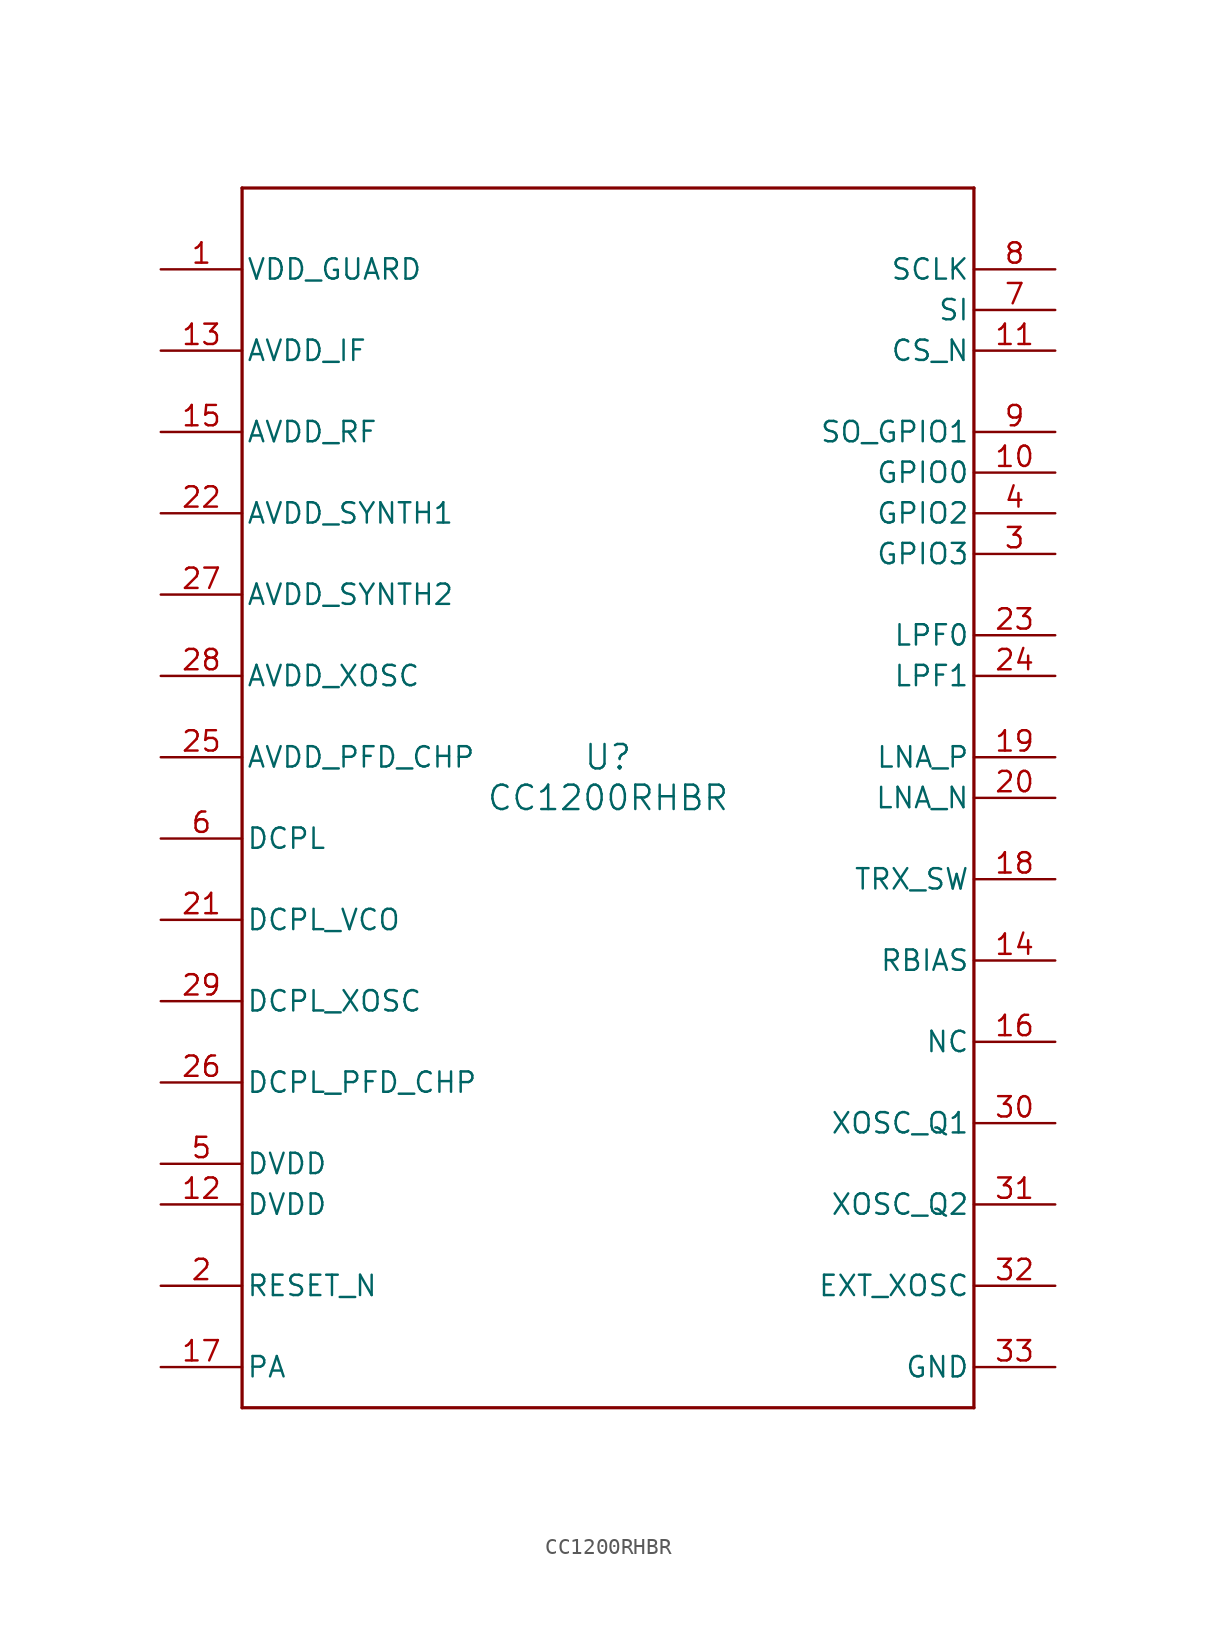
<source format=kicad_sym>
(kicad_symbol_lib
  (version 20211014)
  (generator kicad_symbol_editor)
  (symbol "CC1200RHBR"
    (pin_names
      (offset 0.254))
    (property "Reference" "U"
      (at 0 2.54 0)
      (effects (font (size 1.524 1.524))))
    (property "Value" "CC1200RHBR"
      (at 0 0 0)
      (effects (font (size 1.524 1.524))))
    (symbol "CC1200RHBR_0_1"
      (polyline (pts (xy -22.86 -38.1) (xy 22.86 -38.1)) (stroke (width 0.203) (type default) (color 0 0 0 0)) (fill (type none)))
      (polyline (pts (xy 22.86 -38.1) (xy 22.86 38.1)) (stroke (width 0.203) (type default) (color 0 0 0 0)) (fill (type none)))
      (polyline (pts (xy 22.86 38.1) (xy -22.86 38.1)) (stroke (width 0.203) (type default) (color 0 0 0 0)) (fill (type none)))
      (polyline (pts (xy -22.86 38.1) (xy -22.86 -38.1)) (stroke (width 0.203) (type default) (color 0 0 0 0)) (fill (type none)))
      (pin power_in line (at -27.94 33.02 0) (length 5.08) (name "VDD_GUARD" (effects (font (size 1.27 1.27)))) (number "1" (effects (font (size 1.27 1.27)))))
      (pin input line (at -27.94 -30.48 0) (length 5.08) (name "RESET_N" (effects (font (size 1.27 1.27)))) (number "2" (effects (font (size 1.27 1.27)))))
      (pin bidirectional line (at 27.94 15.24 180) (length 5.08) (name "GPIO3" (effects (font (size 1.27 1.27)))) (number "3" (effects (font (size 1.27 1.27)))))
      (pin bidirectional line (at 27.94 17.78 180) (length 5.08) (name "GPIO2" (effects (font (size 1.27 1.27)))) (number "4" (effects (font (size 1.27 1.27)))))
      (pin power_in line (at -27.94 -22.86 0) (length 5.08) (name "DVDD" (effects (font (size 1.27 1.27)))) (number "5" (effects (font (size 1.27 1.27)))))
      (pin power_in line (at -27.94 -2.54 0) (length 5.08) (name "DCPL" (effects (font (size 1.27 1.27)))) (number "6" (effects (font (size 1.27 1.27)))))
      (pin input line (at 27.94 30.48 180) (length 5.08) (name "SI" (effects (font (size 1.27 1.27)))) (number "7" (effects (font (size 1.27 1.27)))))
      (pin input line (at 27.94 33.02 180) (length 5.08) (name "SCLK" (effects (font (size 1.27 1.27)))) (number "8" (effects (font (size 1.27 1.27)))))
      (pin bidirectional line (at 27.94 22.86 180) (length 5.08) (name "SO_GPIO1" (effects (font (size 1.27 1.27)))) (number "9" (effects (font (size 1.27 1.27)))))
      (pin bidirectional line (at 27.94 20.32 180) (length 5.08) (name "GPIO0" (effects (font (size 1.27 1.27)))) (number "10" (effects (font (size 1.27 1.27)))))
      (pin input line (at 27.94 27.94 180) (length 5.08) (name "CS_N" (effects (font (size 1.27 1.27)))) (number "11" (effects (font (size 1.27 1.27)))))
      (pin power_in line (at -27.94 -25.4 0) (length 5.08) (name "DVDD" (effects (font (size 1.27 1.27)))) (number "12" (effects (font (size 1.27 1.27)))))
      (pin power_in line (at -27.94 27.94 0) (length 5.08) (name "AVDD_IF" (effects (font (size 1.27 1.27)))) (number "13" (effects (font (size 1.27 1.27)))))
      (pin unspecified line (at 27.94 -10.16 180) (length 5.08) (name "RBIAS" (effects (font (size 1.27 1.27)))) (number "14" (effects (font (size 1.27 1.27)))))
      (pin power_in line (at -27.94 22.86 0) (length 5.08) (name "AVDD_RF" (effects (font (size 1.27 1.27)))) (number "15" (effects (font (size 1.27 1.27)))))
      (pin unspecified line (at 27.94 -15.24 180) (length 5.08) (name "NC" (effects (font (size 1.27 1.27)))) (number "16" (effects (font (size 1.27 1.27)))))
      (pin input line (at -27.94 -35.56 0) (length 5.08) (name "PA" (effects (font (size 1.27 1.27)))) (number "17" (effects (font (size 1.27 1.27)))))
      (pin unspecified line (at 27.94 -5.08 180) (length 5.08) (name "TRX_SW" (effects (font (size 1.27 1.27)))) (number "18" (effects (font (size 1.27 1.27)))))
      (pin input line (at 27.94 2.54 180) (length 5.08) (name "LNA_P" (effects (font (size 1.27 1.27)))) (number "19" (effects (font (size 1.27 1.27)))))
      (pin input line (at 27.94 0 180) (length 5.08) (name "LNA_N" (effects (font (size 1.27 1.27)))) (number "20" (effects (font (size 1.27 1.27)))))
      (pin power_in line (at -27.94 -7.62 0) (length 5.08) (name "DCPL_VCO" (effects (font (size 1.27 1.27)))) (number "21" (effects (font (size 1.27 1.27)))))
      (pin power_in line (at -27.94 17.78 0) (length 5.08) (name "AVDD_SYNTH1" (effects (font (size 1.27 1.27)))) (number "22" (effects (font (size 1.27 1.27)))))
      (pin unspecified line (at 27.94 10.16 180) (length 5.08) (name "LPF0" (effects (font (size 1.27 1.27)))) (number "23" (effects (font (size 1.27 1.27)))))
      (pin unspecified line (at 27.94 7.62 180) (length 5.08) (name "LPF1" (effects (font (size 1.27 1.27)))) (number "24" (effects (font (size 1.27 1.27)))))
      (pin power_in line (at -27.94 2.54 0) (length 5.08) (name "AVDD_PFD_CHP" (effects (font (size 1.27 1.27)))) (number "25" (effects (font (size 1.27 1.27)))))
      (pin power_in line (at -27.94 -17.78 0) (length 5.08) (name "DCPL_PFD_CHP" (effects (font (size 1.27 1.27)))) (number "26" (effects (font (size 1.27 1.27)))))
      (pin power_in line (at -27.94 12.7 0) (length 5.08) (name "AVDD_SYNTH2" (effects (font (size 1.27 1.27)))) (number "27" (effects (font (size 1.27 1.27)))))
      (pin power_in line (at -27.94 7.62 0) (length 5.08) (name "AVDD_XOSC" (effects (font (size 1.27 1.27)))) (number "28" (effects (font (size 1.27 1.27)))))
      (pin power_in line (at -27.94 -12.7 0) (length 5.08) (name "DCPL_XOSC" (effects (font (size 1.27 1.27)))) (number "29" (effects (font (size 1.27 1.27)))))
      (pin unspecified line (at 27.94 -20.32 180) (length 5.08) (name "XOSC_Q1" (effects (font (size 1.27 1.27)))) (number "30" (effects (font (size 1.27 1.27)))))
      (pin unspecified line (at 27.94 -25.4 180) (length 5.08) (name "XOSC_Q2" (effects (font (size 1.27 1.27)))) (number "31" (effects (font (size 1.27 1.27)))))
      (pin input line (at 27.94 -30.48 180) (length 5.08) (name "EXT_XOSC" (effects (font (size 1.27 1.27)))) (number "32" (effects (font (size 1.27 1.27)))))
      (pin power_in line (at 27.94 -35.56 180) (length 5.08) (name "GND" (effects (font (size 1.27 1.27)))) (number "33" (effects (font (size 1.27 1.27))))))))
</source>
